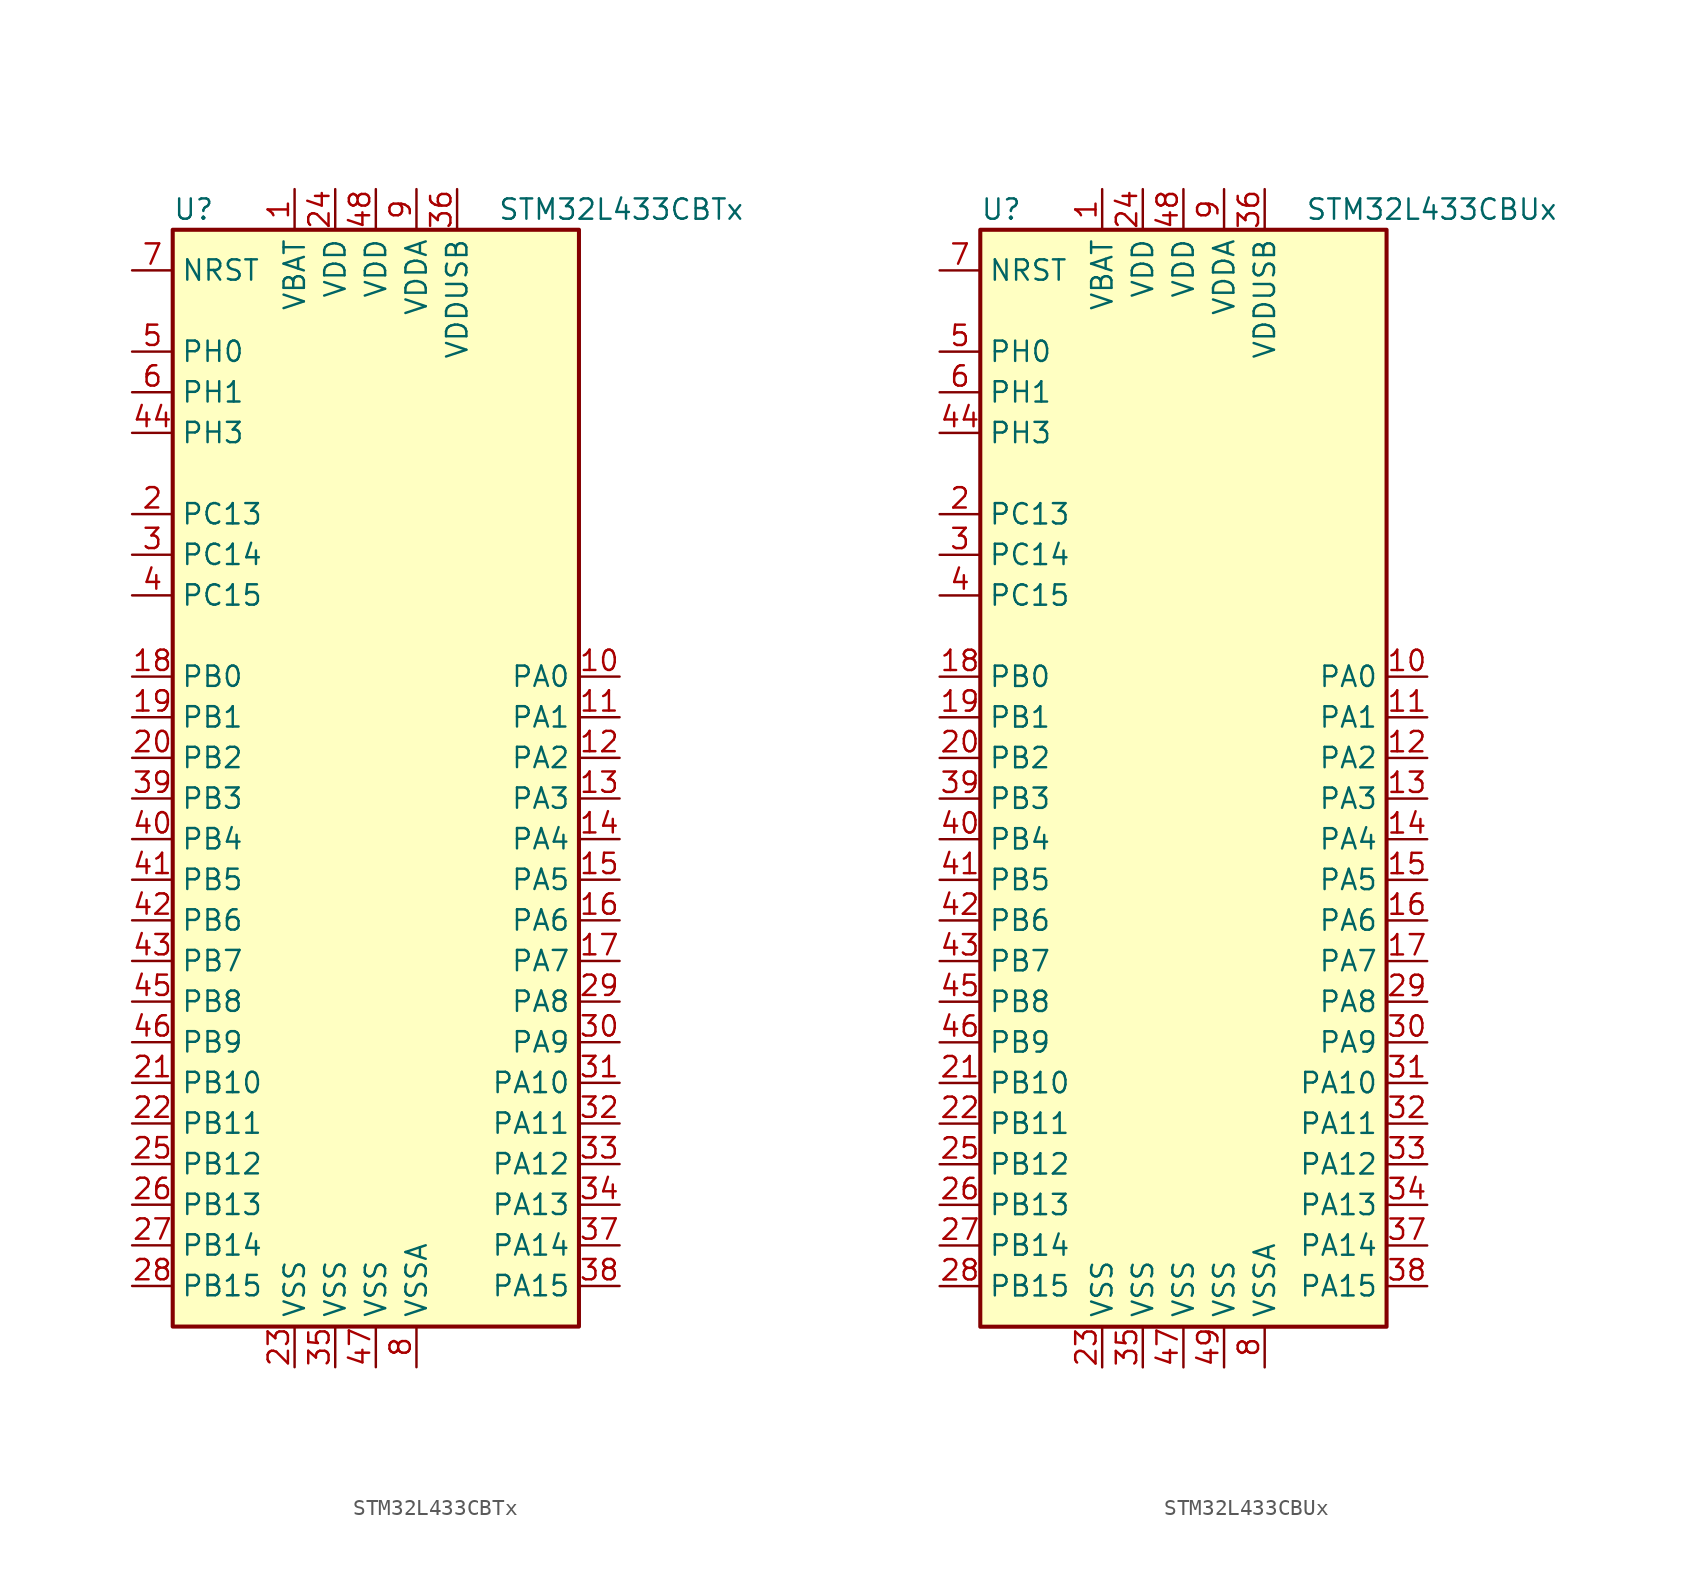
<source format=kicad_sym>
(kicad_symbol_lib
  (version 20201005)
  (generator kicad_symbol_editor)
  (symbol "MCU_ST_STM32L4:STM32L433CBTx"
    (property "Reference" "U"
      (at -12.7 34.29 0)
      (effects (font (size 1.27 1.27)) (justify left)))
    (property "Value" "STM32L433CBTx"
      (at 7.62 34.29 0)
      (effects (font (size 1.27 1.27)) (justify left)))
    (symbol "STM32L433CBTx_0_1"
      (rectangle (start -12.7 -35.56) (end 12.7 33.02) (stroke (width 0.254)) (fill (type background))))
    (symbol "STM32L433CBTx_1_1"
      (pin power_in line (at -5.08 35.56 270) (length 2.54) (name "VBAT" (effects (font (size 1.27 1.27)))) (number "1" (effects (font (size 1.27 1.27)))))
      (pin bidirectional line (at 15.24 5.08 180) (length 2.54) (name "PA0" (effects (font (size 1.27 1.27)))) (number "10" (effects (font (size 1.27 1.27)))))
      (pin bidirectional line (at 15.24 2.54 180) (length 2.54) (name "PA1" (effects (font (size 1.27 1.27)))) (number "11" (effects (font (size 1.27 1.27)))))
      (pin bidirectional line (at 15.24 0 180) (length 2.54) (name "PA2" (effects (font (size 1.27 1.27)))) (number "12" (effects (font (size 1.27 1.27)))))
      (pin bidirectional line (at 15.24 -2.54 180) (length 2.54) (name "PA3" (effects (font (size 1.27 1.27)))) (number "13" (effects (font (size 1.27 1.27)))))
      (pin bidirectional line (at 15.24 -5.08 180) (length 2.54) (name "PA4" (effects (font (size 1.27 1.27)))) (number "14" (effects (font (size 1.27 1.27)))))
      (pin bidirectional line (at 15.24 -7.62 180) (length 2.54) (name "PA5" (effects (font (size 1.27 1.27)))) (number "15" (effects (font (size 1.27 1.27)))))
      (pin bidirectional line (at 15.24 -10.16 180) (length 2.54) (name "PA6" (effects (font (size 1.27 1.27)))) (number "16" (effects (font (size 1.27 1.27)))))
      (pin bidirectional line (at 15.24 -12.7 180) (length 2.54) (name "PA7" (effects (font (size 1.27 1.27)))) (number "17" (effects (font (size 1.27 1.27)))))
      (pin bidirectional line (at -15.24 5.08 0) (length 2.54) (name "PB0" (effects (font (size 1.27 1.27)))) (number "18" (effects (font (size 1.27 1.27)))))
      (pin bidirectional line (at -15.24 2.54 0) (length 2.54) (name "PB1" (effects (font (size 1.27 1.27)))) (number "19" (effects (font (size 1.27 1.27)))))
      (pin bidirectional line (at -15.24 15.24 0) (length 2.54) (name "PC13" (effects (font (size 1.27 1.27)))) (number "2" (effects (font (size 1.27 1.27)))))
      (pin bidirectional line (at -15.24 0 0) (length 2.54) (name "PB2" (effects (font (size 1.27 1.27)))) (number "20" (effects (font (size 1.27 1.27)))))
      (pin bidirectional line (at -15.24 -20.32 0) (length 2.54) (name "PB10" (effects (font (size 1.27 1.27)))) (number "21" (effects (font (size 1.27 1.27)))))
      (pin bidirectional line (at -15.24 -22.86 0) (length 2.54) (name "PB11" (effects (font (size 1.27 1.27)))) (number "22" (effects (font (size 1.27 1.27)))))
      (pin power_in line (at -5.08 -38.1 90) (length 2.54) (name "VSS" (effects (font (size 1.27 1.27)))) (number "23" (effects (font (size 1.27 1.27)))))
      (pin power_in line (at -2.54 35.56 270) (length 2.54) (name "VDD" (effects (font (size 1.27 1.27)))) (number "24" (effects (font (size 1.27 1.27)))))
      (pin bidirectional line (at -15.24 -25.4 0) (length 2.54) (name "PB12" (effects (font (size 1.27 1.27)))) (number "25" (effects (font (size 1.27 1.27)))))
      (pin bidirectional line (at -15.24 -27.94 0) (length 2.54) (name "PB13" (effects (font (size 1.27 1.27)))) (number "26" (effects (font (size 1.27 1.27)))))
      (pin bidirectional line (at -15.24 -30.48 0) (length 2.54) (name "PB14" (effects (font (size 1.27 1.27)))) (number "27" (effects (font (size 1.27 1.27)))))
      (pin bidirectional line (at -15.24 -33.02 0) (length 2.54) (name "PB15" (effects (font (size 1.27 1.27)))) (number "28" (effects (font (size 1.27 1.27)))))
      (pin bidirectional line (at 15.24 -15.24 180) (length 2.54) (name "PA8" (effects (font (size 1.27 1.27)))) (number "29" (effects (font (size 1.27 1.27)))))
      (pin bidirectional line (at -15.24 12.7 0) (length 2.54) (name "PC14" (effects (font (size 1.27 1.27)))) (number "3" (effects (font (size 1.27 1.27)))))
      (pin bidirectional line (at 15.24 -17.78 180) (length 2.54) (name "PA9" (effects (font (size 1.27 1.27)))) (number "30" (effects (font (size 1.27 1.27)))))
      (pin bidirectional line (at 15.24 -20.32 180) (length 2.54) (name "PA10" (effects (font (size 1.27 1.27)))) (number "31" (effects (font (size 1.27 1.27)))))
      (pin bidirectional line (at 15.24 -22.86 180) (length 2.54) (name "PA11" (effects (font (size 1.27 1.27)))) (number "32" (effects (font (size 1.27 1.27)))))
      (pin bidirectional line (at 15.24 -25.4 180) (length 2.54) (name "PA12" (effects (font (size 1.27 1.27)))) (number "33" (effects (font (size 1.27 1.27)))))
      (pin bidirectional line (at 15.24 -27.94 180) (length 2.54) (name "PA13" (effects (font (size 1.27 1.27)))) (number "34" (effects (font (size 1.27 1.27)))))
      (pin power_in line (at -2.54 -38.1 90) (length 2.54) (name "VSS" (effects (font (size 1.27 1.27)))) (number "35" (effects (font (size 1.27 1.27)))))
      (pin power_in line (at 5.08 35.56 270) (length 2.54) (name "VDDUSB" (effects (font (size 1.27 1.27)))) (number "36" (effects (font (size 1.27 1.27)))))
      (pin bidirectional line (at 15.24 -30.48 180) (length 2.54) (name "PA14" (effects (font (size 1.27 1.27)))) (number "37" (effects (font (size 1.27 1.27)))))
      (pin bidirectional line (at 15.24 -33.02 180) (length 2.54) (name "PA15" (effects (font (size 1.27 1.27)))) (number "38" (effects (font (size 1.27 1.27)))))
      (pin bidirectional line (at -15.24 -2.54 0) (length 2.54) (name "PB3" (effects (font (size 1.27 1.27)))) (number "39" (effects (font (size 1.27 1.27)))))
      (pin bidirectional line (at -15.24 10.16 0) (length 2.54) (name "PC15" (effects (font (size 1.27 1.27)))) (number "4" (effects (font (size 1.27 1.27)))))
      (pin bidirectional line (at -15.24 -5.08 0) (length 2.54) (name "PB4" (effects (font (size 1.27 1.27)))) (number "40" (effects (font (size 1.27 1.27)))))
      (pin bidirectional line (at -15.24 -7.62 0) (length 2.54) (name "PB5" (effects (font (size 1.27 1.27)))) (number "41" (effects (font (size 1.27 1.27)))))
      (pin bidirectional line (at -15.24 -10.16 0) (length 2.54) (name "PB6" (effects (font (size 1.27 1.27)))) (number "42" (effects (font (size 1.27 1.27)))))
      (pin bidirectional line (at -15.24 -12.7 0) (length 2.54) (name "PB7" (effects (font (size 1.27 1.27)))) (number "43" (effects (font (size 1.27 1.27)))))
      (pin bidirectional line (at -15.24 20.32 0) (length 2.54) (name "PH3" (effects (font (size 1.27 1.27)))) (number "44" (effects (font (size 1.27 1.27)))))
      (pin bidirectional line (at -15.24 -15.24 0) (length 2.54) (name "PB8" (effects (font (size 1.27 1.27)))) (number "45" (effects (font (size 1.27 1.27)))))
      (pin bidirectional line (at -15.24 -17.78 0) (length 2.54) (name "PB9" (effects (font (size 1.27 1.27)))) (number "46" (effects (font (size 1.27 1.27)))))
      (pin power_in line (at 0 -38.1 90) (length 2.54) (name "VSS" (effects (font (size 1.27 1.27)))) (number "47" (effects (font (size 1.27 1.27)))))
      (pin power_in line (at 0 35.56 270) (length 2.54) (name "VDD" (effects (font (size 1.27 1.27)))) (number "48" (effects (font (size 1.27 1.27)))))
      (pin input line (at -15.24 25.4 0) (length 2.54) (name "PH0" (effects (font (size 1.27 1.27)))) (number "5" (effects (font (size 1.27 1.27)))))
      (pin input line (at -15.24 22.86 0) (length 2.54) (name "PH1" (effects (font (size 1.27 1.27)))) (number "6" (effects (font (size 1.27 1.27)))))
      (pin input line (at -15.24 30.48 0) (length 2.54) (name "NRST" (effects (font (size 1.27 1.27)))) (number "7" (effects (font (size 1.27 1.27)))))
      (pin power_in line (at 2.54 -38.1 90) (length 2.54) (name "VSSA" (effects (font (size 1.27 1.27)))) (number "8" (effects (font (size 1.27 1.27)))))
      (pin power_in line (at 2.54 35.56 270) (length 2.54) (name "VDDA" (effects (font (size 1.27 1.27)))) (number "9" (effects (font (size 1.27 1.27)))))))
  (symbol "MCU_ST_STM32L4:STM32L433CBUx"
    (property "Reference" "U"
      (at -12.7 34.29 0)
      (effects (font (size 1.27 1.27)) (justify left)))
    (property "Value" "STM32L433CBUx"
      (at 7.62 34.29 0)
      (effects (font (size 1.27 1.27)) (justify left)))
    (symbol "STM32L433CBUx_0_1"
      (rectangle (start -12.7 -35.56) (end 12.7 33.02) (stroke (width 0.254)) (fill (type background))))
    (symbol "STM32L433CBUx_1_1"
      (pin power_in line (at -5.08 35.56 270) (length 2.54) (name "VBAT" (effects (font (size 1.27 1.27)))) (number "1" (effects (font (size 1.27 1.27)))))
      (pin bidirectional line (at 15.24 5.08 180) (length 2.54) (name "PA0" (effects (font (size 1.27 1.27)))) (number "10" (effects (font (size 1.27 1.27)))))
      (pin bidirectional line (at 15.24 2.54 180) (length 2.54) (name "PA1" (effects (font (size 1.27 1.27)))) (number "11" (effects (font (size 1.27 1.27)))))
      (pin bidirectional line (at 15.24 0 180) (length 2.54) (name "PA2" (effects (font (size 1.27 1.27)))) (number "12" (effects (font (size 1.27 1.27)))))
      (pin bidirectional line (at 15.24 -2.54 180) (length 2.54) (name "PA3" (effects (font (size 1.27 1.27)))) (number "13" (effects (font (size 1.27 1.27)))))
      (pin bidirectional line (at 15.24 -5.08 180) (length 2.54) (name "PA4" (effects (font (size 1.27 1.27)))) (number "14" (effects (font (size 1.27 1.27)))))
      (pin bidirectional line (at 15.24 -7.62 180) (length 2.54) (name "PA5" (effects (font (size 1.27 1.27)))) (number "15" (effects (font (size 1.27 1.27)))))
      (pin bidirectional line (at 15.24 -10.16 180) (length 2.54) (name "PA6" (effects (font (size 1.27 1.27)))) (number "16" (effects (font (size 1.27 1.27)))))
      (pin bidirectional line (at 15.24 -12.7 180) (length 2.54) (name "PA7" (effects (font (size 1.27 1.27)))) (number "17" (effects (font (size 1.27 1.27)))))
      (pin bidirectional line (at -15.24 5.08 0) (length 2.54) (name "PB0" (effects (font (size 1.27 1.27)))) (number "18" (effects (font (size 1.27 1.27)))))
      (pin bidirectional line (at -15.24 2.54 0) (length 2.54) (name "PB1" (effects (font (size 1.27 1.27)))) (number "19" (effects (font (size 1.27 1.27)))))
      (pin bidirectional line (at -15.24 15.24 0) (length 2.54) (name "PC13" (effects (font (size 1.27 1.27)))) (number "2" (effects (font (size 1.27 1.27)))))
      (pin bidirectional line (at -15.24 0 0) (length 2.54) (name "PB2" (effects (font (size 1.27 1.27)))) (number "20" (effects (font (size 1.27 1.27)))))
      (pin bidirectional line (at -15.24 -20.32 0) (length 2.54) (name "PB10" (effects (font (size 1.27 1.27)))) (number "21" (effects (font (size 1.27 1.27)))))
      (pin bidirectional line (at -15.24 -22.86 0) (length 2.54) (name "PB11" (effects (font (size 1.27 1.27)))) (number "22" (effects (font (size 1.27 1.27)))))
      (pin power_in line (at -5.08 -38.1 90) (length 2.54) (name "VSS" (effects (font (size 1.27 1.27)))) (number "23" (effects (font (size 1.27 1.27)))))
      (pin power_in line (at -2.54 35.56 270) (length 2.54) (name "VDD" (effects (font (size 1.27 1.27)))) (number "24" (effects (font (size 1.27 1.27)))))
      (pin bidirectional line (at -15.24 -25.4 0) (length 2.54) (name "PB12" (effects (font (size 1.27 1.27)))) (number "25" (effects (font (size 1.27 1.27)))))
      (pin bidirectional line (at -15.24 -27.94 0) (length 2.54) (name "PB13" (effects (font (size 1.27 1.27)))) (number "26" (effects (font (size 1.27 1.27)))))
      (pin bidirectional line (at -15.24 -30.48 0) (length 2.54) (name "PB14" (effects (font (size 1.27 1.27)))) (number "27" (effects (font (size 1.27 1.27)))))
      (pin bidirectional line (at -15.24 -33.02 0) (length 2.54) (name "PB15" (effects (font (size 1.27 1.27)))) (number "28" (effects (font (size 1.27 1.27)))))
      (pin bidirectional line (at 15.24 -15.24 180) (length 2.54) (name "PA8" (effects (font (size 1.27 1.27)))) (number "29" (effects (font (size 1.27 1.27)))))
      (pin bidirectional line (at -15.24 12.7 0) (length 2.54) (name "PC14" (effects (font (size 1.27 1.27)))) (number "3" (effects (font (size 1.27 1.27)))))
      (pin bidirectional line (at 15.24 -17.78 180) (length 2.54) (name "PA9" (effects (font (size 1.27 1.27)))) (number "30" (effects (font (size 1.27 1.27)))))
      (pin bidirectional line (at 15.24 -20.32 180) (length 2.54) (name "PA10" (effects (font (size 1.27 1.27)))) (number "31" (effects (font (size 1.27 1.27)))))
      (pin bidirectional line (at 15.24 -22.86 180) (length 2.54) (name "PA11" (effects (font (size 1.27 1.27)))) (number "32" (effects (font (size 1.27 1.27)))))
      (pin bidirectional line (at 15.24 -25.4 180) (length 2.54) (name "PA12" (effects (font (size 1.27 1.27)))) (number "33" (effects (font (size 1.27 1.27)))))
      (pin bidirectional line (at 15.24 -27.94 180) (length 2.54) (name "PA13" (effects (font (size 1.27 1.27)))) (number "34" (effects (font (size 1.27 1.27)))))
      (pin power_in line (at -2.54 -38.1 90) (length 2.54) (name "VSS" (effects (font (size 1.27 1.27)))) (number "35" (effects (font (size 1.27 1.27)))))
      (pin power_in line (at 5.08 35.56 270) (length 2.54) (name "VDDUSB" (effects (font (size 1.27 1.27)))) (number "36" (effects (font (size 1.27 1.27)))))
      (pin bidirectional line (at 15.24 -30.48 180) (length 2.54) (name "PA14" (effects (font (size 1.27 1.27)))) (number "37" (effects (font (size 1.27 1.27)))))
      (pin bidirectional line (at 15.24 -33.02 180) (length 2.54) (name "PA15" (effects (font (size 1.27 1.27)))) (number "38" (effects (font (size 1.27 1.27)))))
      (pin bidirectional line (at -15.24 -2.54 0) (length 2.54) (name "PB3" (effects (font (size 1.27 1.27)))) (number "39" (effects (font (size 1.27 1.27)))))
      (pin bidirectional line (at -15.24 10.16 0) (length 2.54) (name "PC15" (effects (font (size 1.27 1.27)))) (number "4" (effects (font (size 1.27 1.27)))))
      (pin bidirectional line (at -15.24 -5.08 0) (length 2.54) (name "PB4" (effects (font (size 1.27 1.27)))) (number "40" (effects (font (size 1.27 1.27)))))
      (pin bidirectional line (at -15.24 -7.62 0) (length 2.54) (name "PB5" (effects (font (size 1.27 1.27)))) (number "41" (effects (font (size 1.27 1.27)))))
      (pin bidirectional line (at -15.24 -10.16 0) (length 2.54) (name "PB6" (effects (font (size 1.27 1.27)))) (number "42" (effects (font (size 1.27 1.27)))))
      (pin bidirectional line (at -15.24 -12.7 0) (length 2.54) (name "PB7" (effects (font (size 1.27 1.27)))) (number "43" (effects (font (size 1.27 1.27)))))
      (pin bidirectional line (at -15.24 20.32 0) (length 2.54) (name "PH3" (effects (font (size 1.27 1.27)))) (number "44" (effects (font (size 1.27 1.27)))))
      (pin bidirectional line (at -15.24 -15.24 0) (length 2.54) (name "PB8" (effects (font (size 1.27 1.27)))) (number "45" (effects (font (size 1.27 1.27)))))
      (pin bidirectional line (at -15.24 -17.78 0) (length 2.54) (name "PB9" (effects (font (size 1.27 1.27)))) (number "46" (effects (font (size 1.27 1.27)))))
      (pin power_in line (at 0 -38.1 90) (length 2.54) (name "VSS" (effects (font (size 1.27 1.27)))) (number "47" (effects (font (size 1.27 1.27)))))
      (pin power_in line (at 0 35.56 270) (length 2.54) (name "VDD" (effects (font (size 1.27 1.27)))) (number "48" (effects (font (size 1.27 1.27)))))
      (pin power_in line (at 2.54 -38.1 90) (length 2.54) (name "VSS" (effects (font (size 1.27 1.27)))) (number "49" (effects (font (size 1.27 1.27)))))
      (pin input line (at -15.24 25.4 0) (length 2.54) (name "PH0" (effects (font (size 1.27 1.27)))) (number "5" (effects (font (size 1.27 1.27)))))
      (pin input line (at -15.24 22.86 0) (length 2.54) (name "PH1" (effects (font (size 1.27 1.27)))) (number "6" (effects (font (size 1.27 1.27)))))
      (pin input line (at -15.24 30.48 0) (length 2.54) (name "NRST" (effects (font (size 1.27 1.27)))) (number "7" (effects (font (size 1.27 1.27)))))
      (pin power_in line (at 5.08 -38.1 90) (length 2.54) (name "VSSA" (effects (font (size 1.27 1.27)))) (number "8" (effects (font (size 1.27 1.27)))))
      (pin power_in line (at 2.54 35.56 270) (length 2.54) (name "VDDA" (effects (font (size 1.27 1.27)))) (number "9" (effects (font (size 1.27 1.27))))))))
</source>
